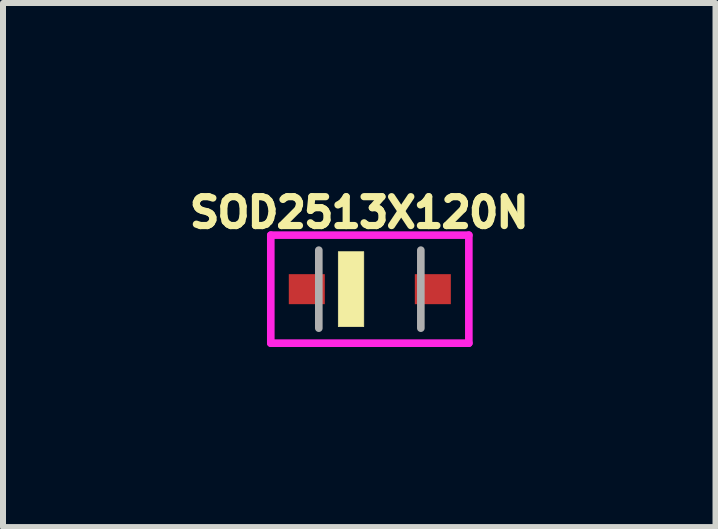
<source format=kicad_pcb>
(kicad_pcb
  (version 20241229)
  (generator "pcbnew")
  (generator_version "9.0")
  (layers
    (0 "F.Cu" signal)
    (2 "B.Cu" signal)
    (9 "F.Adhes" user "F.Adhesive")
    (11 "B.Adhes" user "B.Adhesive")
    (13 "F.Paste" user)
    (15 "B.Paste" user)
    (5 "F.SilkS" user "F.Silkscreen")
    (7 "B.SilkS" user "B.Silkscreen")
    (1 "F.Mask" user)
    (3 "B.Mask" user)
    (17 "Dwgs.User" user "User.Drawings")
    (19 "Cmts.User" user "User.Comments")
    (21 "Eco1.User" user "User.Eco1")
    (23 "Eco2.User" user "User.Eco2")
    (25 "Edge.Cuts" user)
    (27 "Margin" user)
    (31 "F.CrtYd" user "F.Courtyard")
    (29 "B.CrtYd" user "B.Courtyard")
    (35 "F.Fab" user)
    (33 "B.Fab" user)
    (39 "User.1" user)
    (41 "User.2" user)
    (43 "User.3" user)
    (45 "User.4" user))
  (footprint "SOD2513X120N"
    (layer "F.Cu")
    (at 3.112 1.768)
    (property "Reference" "SOD2513X120N" (at -0.176 -1.276 0) (layer "F.SilkS") (effects (font (size 0.481 0.481) (thickness 0.15))))
    (attr smd)
    (fp_poly (pts (xy -0.526 -0.625) (xy -0.1 -0.625) (xy -0.1 0.626) (xy -0.526 0.626)) (stroke (width 0.01) (type solid)) (fill yes) (layer "F.SilkS"))
    (fp_line (start -1.65 -0.9) (end -1.65 0.9) (stroke (width 0.127) (type solid)) (layer "F.CrtYd"))
    (fp_line (start -1.65 0.9) (end 1.65 0.9) (stroke (width 0.127) (type solid)) (layer "F.CrtYd"))
    (fp_line (start 1.65 -0.9) (end -1.65 -0.9) (stroke (width 0.127) (type solid)) (layer "F.CrtYd"))
    (fp_line (start 1.65 0.9) (end 1.65 -0.9) (stroke (width 0.127) (type solid)) (layer "F.CrtYd"))
    (fp_line (start -0.85 0.65) (end -0.85 -0.65) (stroke (width 0.127) (type solid)) (layer "F.Fab"))
    (fp_line (start 0.85 -0.65) (end 0.85 0.65) (stroke (width 0.127) (type solid)) (layer "F.Fab"))
    (pad "A" smd rect (at 1.05 0) (size 0.6 0.5) (layers "F.Cu" "F.Mask" "F.Paste"))
    (pad "C" smd rect (at -1.05 0) (size 0.6 0.5) (layers "F.Cu" "F.Mask" "F.Paste")))
  (gr_rect
    (start -3 -3)
    (end 8.872 5.732)
    (stroke (width 0.1) (type default))
    (fill no)
    (layer "Edge.Cuts")))
</source>
